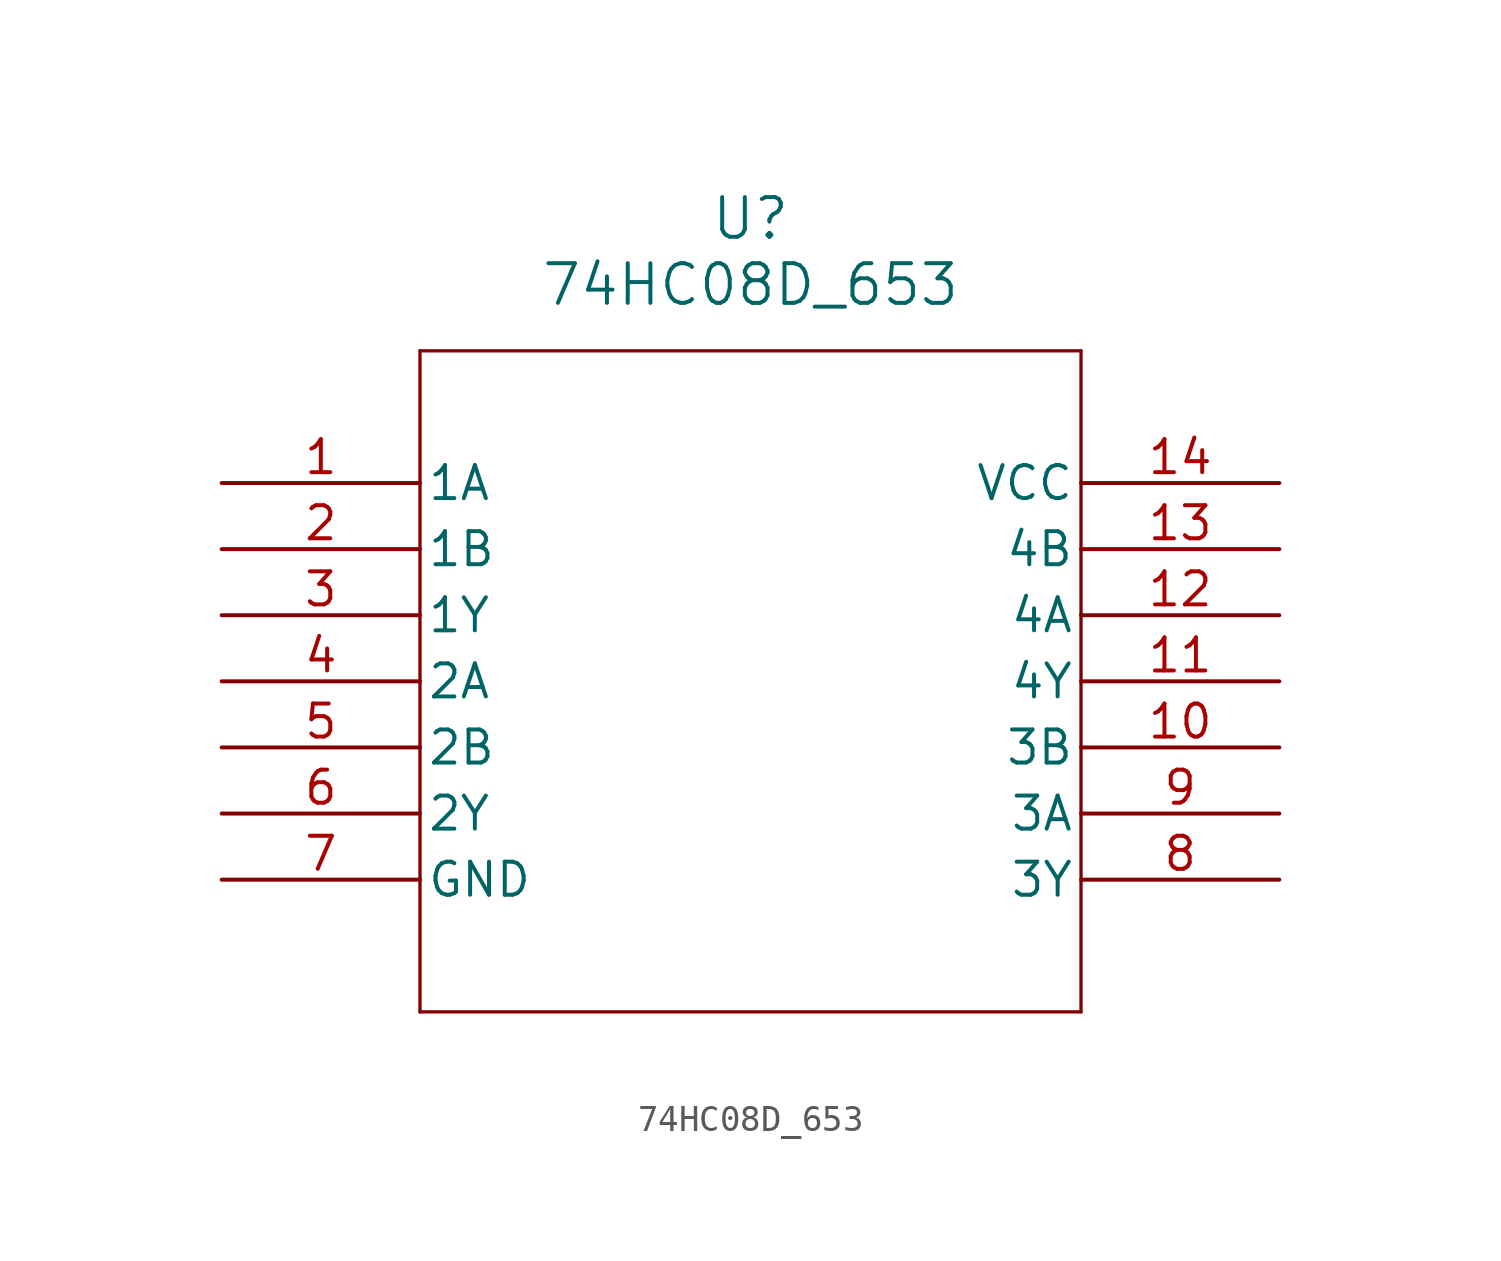
<source format=kicad_sym>
(kicad_symbol_lib
  (version 20211014)
  (generator kicad_symbol_editor)
  (symbol "74HC08D_653"
    (pin_names
      (offset 0.254))
    (property "Reference" "U"
      (at 20.32 10.16 0)
      (effects (font (size 1.524 1.524))))
    (property "Value" "74HC08D_653"
      (at 20.32 7.62 0)
      (effects (font (size 1.524 1.524))))
    (symbol "74HC08D_653_0_1"
      (polyline (pts (xy 7.62 5.08) (xy 7.62 -20.32)) (stroke (width 0.127) (type default) (color 0 0 0 0)) (fill (type none)))
      (polyline (pts (xy 7.62 -20.32) (xy 33.02 -20.32)) (stroke (width 0.127) (type default) (color 0 0 0 0)) (fill (type none)))
      (polyline (pts (xy 33.02 -20.32) (xy 33.02 5.08)) (stroke (width 0.127) (type default) (color 0 0 0 0)) (fill (type none)))
      (polyline (pts (xy 33.02 5.08) (xy 7.62 5.08)) (stroke (width 0.127) (type default) (color 0 0 0 0)) (fill (type none)))
      (pin input line (at 0 0 0) (length 7.62) (name "1A" (effects (font (size 1.27 1.27)))) (number "1" (effects (font (size 1.27 1.27)))))
      (pin input line (at 0 -2.54 0) (length 7.62) (name "1B" (effects (font (size 1.27 1.27)))) (number "2" (effects (font (size 1.27 1.27)))))
      (pin output line (at 0 -5.08 0) (length 7.62) (name "1Y" (effects (font (size 1.27 1.27)))) (number "3" (effects (font (size 1.27 1.27)))))
      (pin input line (at 0 -7.62 0) (length 7.62) (name "2A" (effects (font (size 1.27 1.27)))) (number "4" (effects (font (size 1.27 1.27)))))
      (pin input line (at 0 -10.16 0) (length 7.62) (name "2B" (effects (font (size 1.27 1.27)))) (number "5" (effects (font (size 1.27 1.27)))))
      (pin output line (at 0 -12.7 0) (length 7.62) (name "2Y" (effects (font (size 1.27 1.27)))) (number "6" (effects (font (size 1.27 1.27)))))
      (pin power_out line (at 0 -15.24 0) (length 7.62) (name "GND" (effects (font (size 1.27 1.27)))) (number "7" (effects (font (size 1.27 1.27)))))
      (pin output line (at 40.64 -15.24 180) (length 7.62) (name "3Y" (effects (font (size 1.27 1.27)))) (number "8" (effects (font (size 1.27 1.27)))))
      (pin input line (at 40.64 -12.7 180) (length 7.62) (name "3A" (effects (font (size 1.27 1.27)))) (number "9" (effects (font (size 1.27 1.27)))))
      (pin input line (at 40.64 -10.16 180) (length 7.62) (name "3B" (effects (font (size 1.27 1.27)))) (number "10" (effects (font (size 1.27 1.27)))))
      (pin output line (at 40.64 -7.62 180) (length 7.62) (name "4Y" (effects (font (size 1.27 1.27)))) (number "11" (effects (font (size 1.27 1.27)))))
      (pin input line (at 40.64 -5.08 180) (length 7.62) (name "4A" (effects (font (size 1.27 1.27)))) (number "12" (effects (font (size 1.27 1.27)))))
      (pin input line (at 40.64 -2.54 180) (length 7.62) (name "4B" (effects (font (size 1.27 1.27)))) (number "13" (effects (font (size 1.27 1.27)))))
      (pin power_in line (at 40.64 0 180) (length 7.62) (name "VCC" (effects (font (size 1.27 1.27)))) (number "14" (effects (font (size 1.27 1.27))))))))
</source>
